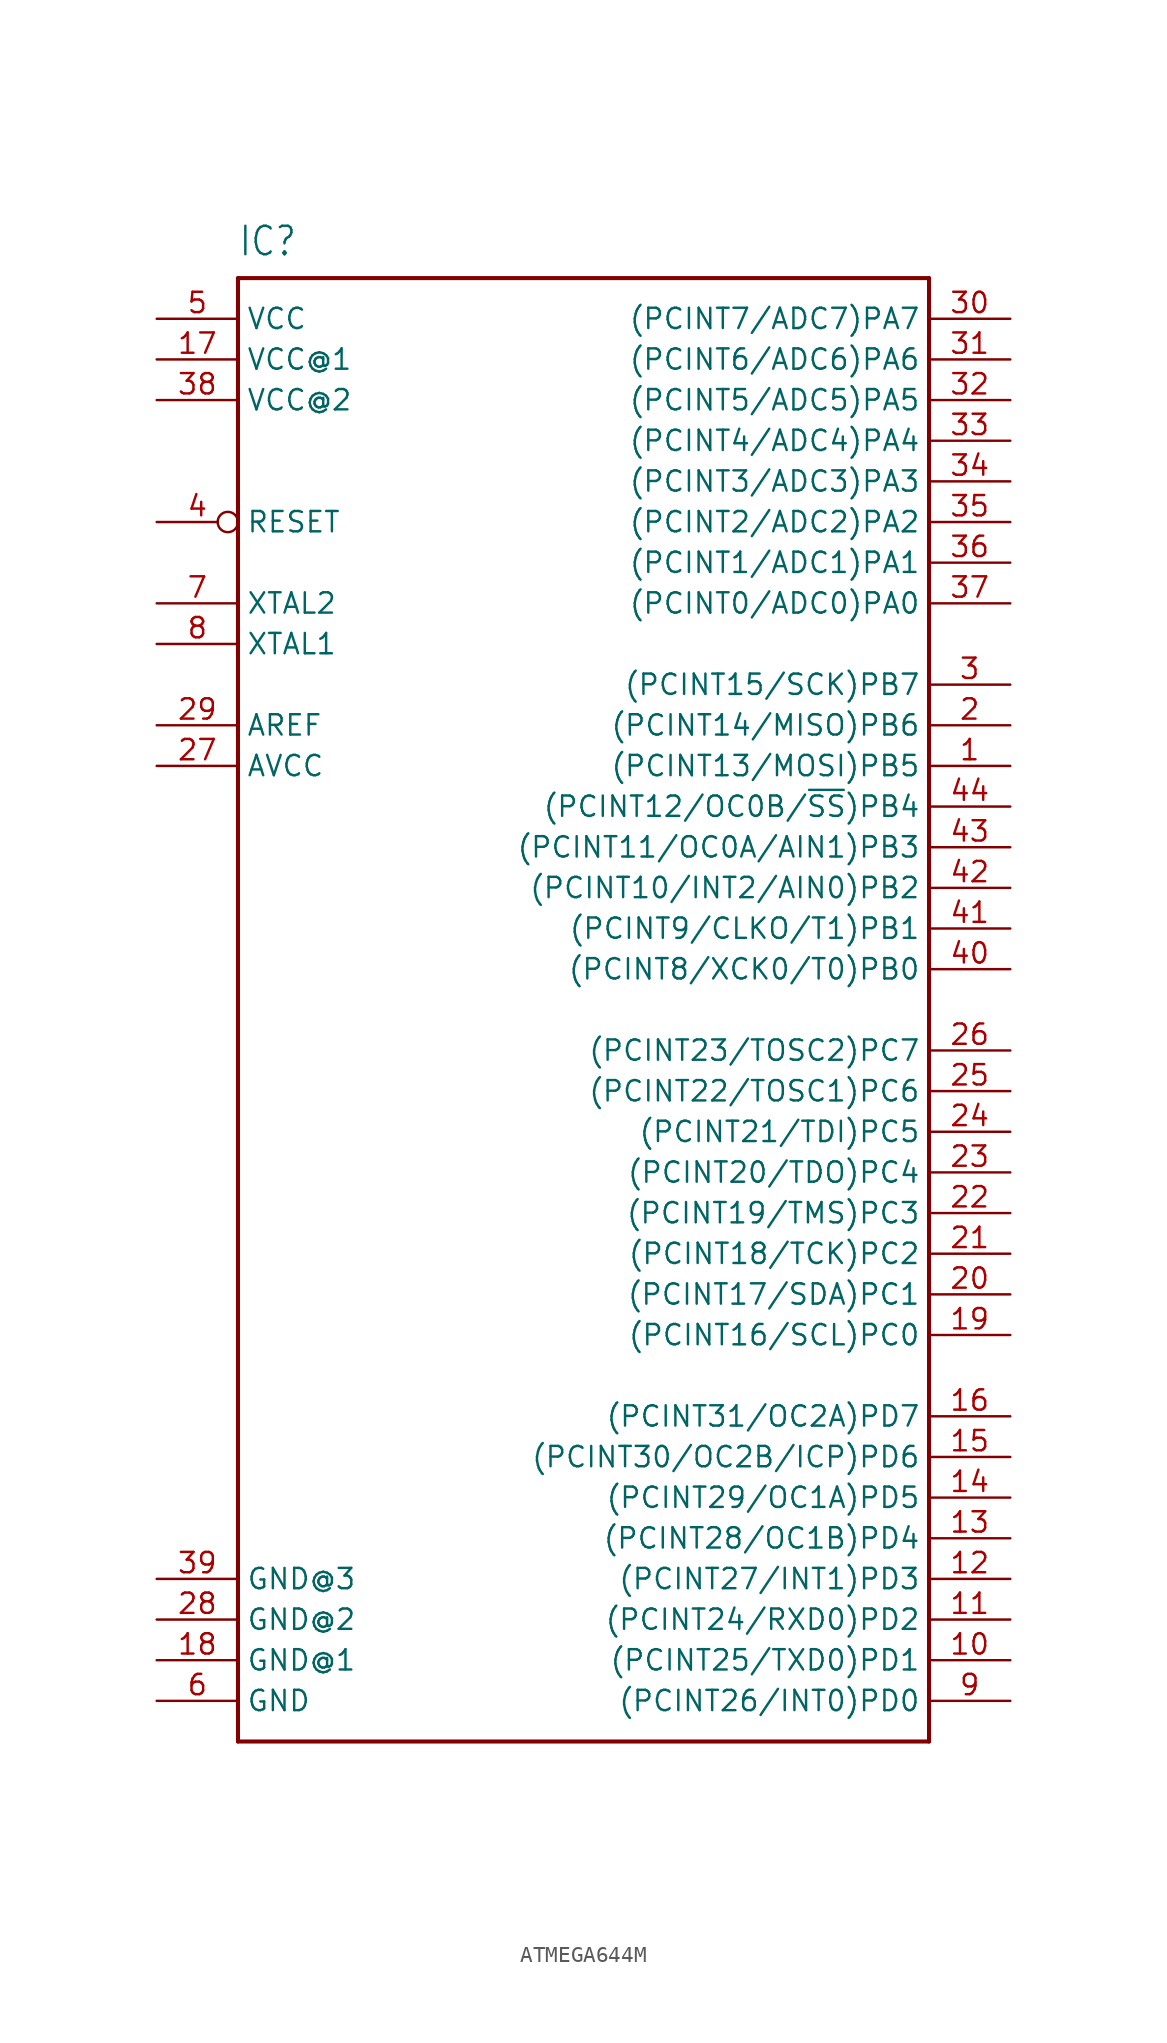
<source format=kicad_sym>
(kicad_symbol_lib
  (version 20231120)
  (generator "kicad_symbol_editor")
  (generator_version "8.0")
  (symbol "ATMEGA644M"
    (property "Reference" "IC"
      (at -22.86 46.99 0)
      (effects (font (size 1.778 1.511)) (justify left bottom)))
    (property "Value" ""
      (at -22.86 -48.26 0)
      (effects (font (size 1.778 1.511)) (justify left bottom)))
    (property "ki_locked" ""
      (at 0 0 0)
      (effects (font (size 1.27 1.27))))
    (symbol "ATMEGA644M_1_0"
      (polyline (pts (xy -22.86 -45.72) (xy -22.86 45.72)) (stroke (width 0.254) (type solid)) (fill (type none)))
      (polyline (pts (xy -22.86 45.72) (xy 20.32 45.72)) (stroke (width 0.254) (type solid)) (fill (type none)))
      (polyline (pts (xy 20.32 -45.72) (xy -22.86 -45.72)) (stroke (width 0.254) (type solid)) (fill (type none)))
      (polyline (pts (xy 20.32 45.72) (xy 20.32 -45.72)) (stroke (width 0.254) (type solid)) (fill (type none)))
      (pin bidirectional line (at 25.4 15.24 180) (length 5.08) (name "(PCINT13/MOSI)PB5" (effects (font (size 1.27 1.27)))) (number "1" (effects (font (size 1.27 1.27)))))
      (pin bidirectional line (at 25.4 -40.64 180) (length 5.08) (name "(PCINT25/TXD0)PD1" (effects (font (size 1.27 1.27)))) (number "10" (effects (font (size 1.27 1.27)))))
      (pin bidirectional line (at 25.4 -38.1 180) (length 5.08) (name "(PCINT24/RXD0)PD2" (effects (font (size 1.27 1.27)))) (number "11" (effects (font (size 1.27 1.27)))))
      (pin bidirectional line (at 25.4 -35.56 180) (length 5.08) (name "(PCINT27/INT1)PD3" (effects (font (size 1.27 1.27)))) (number "12" (effects (font (size 1.27 1.27)))))
      (pin bidirectional line (at 25.4 -33.02 180) (length 5.08) (name "(PCINT28/OC1B)PD4" (effects (font (size 1.27 1.27)))) (number "13" (effects (font (size 1.27 1.27)))))
      (pin bidirectional line (at 25.4 -30.48 180) (length 5.08) (name "(PCINT29/OC1A)PD5" (effects (font (size 1.27 1.27)))) (number "14" (effects (font (size 1.27 1.27)))))
      (pin bidirectional line (at 25.4 -27.94 180) (length 5.08) (name "(PCINT30/OC2B/ICP)PD6" (effects (font (size 1.27 1.27)))) (number "15" (effects (font (size 1.27 1.27)))))
      (pin bidirectional line (at 25.4 -25.4 180) (length 5.08) (name "(PCINT31/OC2A)PD7" (effects (font (size 1.27 1.27)))) (number "16" (effects (font (size 1.27 1.27)))))
      (pin power_in line (at -27.94 40.64 0) (length 5.08) (name "VCC@1" (effects (font (size 1.27 1.27)))) (number "17" (effects (font (size 1.27 1.27)))))
      (pin power_in line (at -27.94 -40.64 0) (length 5.08) (name "GND@1" (effects (font (size 1.27 1.27)))) (number "18" (effects (font (size 1.27 1.27)))))
      (pin output line (at 25.4 -20.32 180) (length 5.08) (name "(PCINT16/SCL)PC0" (effects (font (size 1.27 1.27)))) (number "19" (effects (font (size 1.27 1.27)))))
      (pin bidirectional line (at 25.4 17.78 180) (length 5.08) (name "(PCINT14/MISO)PB6" (effects (font (size 1.27 1.27)))) (number "2" (effects (font (size 1.27 1.27)))))
      (pin output line (at 25.4 -17.78 180) (length 5.08) (name "(PCINT17/SDA)PC1" (effects (font (size 1.27 1.27)))) (number "20" (effects (font (size 1.27 1.27)))))
      (pin output line (at 25.4 -15.24 180) (length 5.08) (name "(PCINT18/TCK)PC2" (effects (font (size 1.27 1.27)))) (number "21" (effects (font (size 1.27 1.27)))))
      (pin output line (at 25.4 -12.7 180) (length 5.08) (name "(PCINT19/TMS)PC3" (effects (font (size 1.27 1.27)))) (number "22" (effects (font (size 1.27 1.27)))))
      (pin output line (at 25.4 -10.16 180) (length 5.08) (name "(PCINT20/TDO)PC4" (effects (font (size 1.27 1.27)))) (number "23" (effects (font (size 1.27 1.27)))))
      (pin output line (at 25.4 -7.62 180) (length 5.08) (name "(PCINT21/TDI)PC5" (effects (font (size 1.27 1.27)))) (number "24" (effects (font (size 1.27 1.27)))))
      (pin output line (at 25.4 -5.08 180) (length 5.08) (name "(PCINT22/TOSC1)PC6" (effects (font (size 1.27 1.27)))) (number "25" (effects (font (size 1.27 1.27)))))
      (pin output line (at 25.4 -2.54 180) (length 5.08) (name "(PCINT23/TOSC2)PC7" (effects (font (size 1.27 1.27)))) (number "26" (effects (font (size 1.27 1.27)))))
      (pin power_in line (at -27.94 15.24 0) (length 5.08) (name "AVCC" (effects (font (size 1.27 1.27)))) (number "27" (effects (font (size 1.27 1.27)))))
      (pin power_in line (at -27.94 -38.1 0) (length 5.08) (name "GND@2" (effects (font (size 1.27 1.27)))) (number "28" (effects (font (size 1.27 1.27)))))
      (pin passive line (at -27.94 17.78 0) (length 5.08) (name "AREF" (effects (font (size 1.27 1.27)))) (number "29" (effects (font (size 1.27 1.27)))))
      (pin bidirectional line (at 25.4 20.32 180) (length 5.08) (name "(PCINT15/SCK)PB7" (effects (font (size 1.27 1.27)))) (number "3" (effects (font (size 1.27 1.27)))))
      (pin bidirectional line (at 25.4 43.18 180) (length 5.08) (name "(PCINT7/ADC7)PA7" (effects (font (size 1.27 1.27)))) (number "30" (effects (font (size 1.27 1.27)))))
      (pin bidirectional line (at 25.4 40.64 180) (length 5.08) (name "(PCINT6/ADC6)PA6" (effects (font (size 1.27 1.27)))) (number "31" (effects (font (size 1.27 1.27)))))
      (pin bidirectional line (at 25.4 38.1 180) (length 5.08) (name "(PCINT5/ADC5)PA5" (effects (font (size 1.27 1.27)))) (number "32" (effects (font (size 1.27 1.27)))))
      (pin bidirectional line (at 25.4 35.56 180) (length 5.08) (name "(PCINT4/ADC4)PA4" (effects (font (size 1.27 1.27)))) (number "33" (effects (font (size 1.27 1.27)))))
      (pin bidirectional line (at 25.4 33.02 180) (length 5.08) (name "(PCINT3/ADC3)PA3" (effects (font (size 1.27 1.27)))) (number "34" (effects (font (size 1.27 1.27)))))
      (pin bidirectional line (at 25.4 30.48 180) (length 5.08) (name "(PCINT2/ADC2)PA2" (effects (font (size 1.27 1.27)))) (number "35" (effects (font (size 1.27 1.27)))))
      (pin bidirectional line (at 25.4 27.94 180) (length 5.08) (name "(PCINT1/ADC1)PA1" (effects (font (size 1.27 1.27)))) (number "36" (effects (font (size 1.27 1.27)))))
      (pin bidirectional line (at 25.4 25.4 180) (length 5.08) (name "(PCINT0/ADC0)PA0" (effects (font (size 1.27 1.27)))) (number "37" (effects (font (size 1.27 1.27)))))
      (pin power_in line (at -27.94 38.1 0) (length 5.08) (name "VCC@2" (effects (font (size 1.27 1.27)))) (number "38" (effects (font (size 1.27 1.27)))))
      (pin power_in line (at -27.94 -35.56 0) (length 5.08) (name "GND@3" (effects (font (size 1.27 1.27)))) (number "39" (effects (font (size 1.27 1.27)))))
      (pin input inverted (at -27.94 30.48 0) (length 5.08) (name "RESET" (effects (font (size 1.27 1.27)))) (number "4" (effects (font (size 1.27 1.27)))))
      (pin bidirectional line (at 25.4 2.54 180) (length 5.08) (name "(PCINT8/XCK0/T0)PB0" (effects (font (size 1.27 1.27)))) (number "40" (effects (font (size 1.27 1.27)))))
      (pin bidirectional line (at 25.4 5.08 180) (length 5.08) (name "(PCINT9/CLKO/T1)PB1" (effects (font (size 1.27 1.27)))) (number "41" (effects (font (size 1.27 1.27)))))
      (pin bidirectional line (at 25.4 7.62 180) (length 5.08) (name "(PCINT10/INT2/AIN0)PB2" (effects (font (size 1.27 1.27)))) (number "42" (effects (font (size 1.27 1.27)))))
      (pin bidirectional line (at 25.4 10.16 180) (length 5.08) (name "(PCINT11/OC0A/AIN1)PB3" (effects (font (size 1.27 1.27)))) (number "43" (effects (font (size 1.27 1.27)))))
      (pin bidirectional line (at 25.4 12.7 180) (length 5.08) (name "(PCINT12/OC0B/~{SS})PB4" (effects (font (size 1.27 1.27)))) (number "44" (effects (font (size 1.27 1.27)))))
      (pin power_in line (at -27.94 43.18 0) (length 5.08) (name "VCC" (effects (font (size 1.27 1.27)))) (number "5" (effects (font (size 1.27 1.27)))))
      (pin power_in line (at -27.94 -43.18 0) (length 5.08) (name "GND" (effects (font (size 1.27 1.27)))) (number "6" (effects (font (size 1.27 1.27)))))
      (pin bidirectional line (at -27.94 25.4 0) (length 5.08) (name "XTAL2" (effects (font (size 1.27 1.27)))) (number "7" (effects (font (size 1.27 1.27)))))
      (pin bidirectional line (at -27.94 22.86 0) (length 5.08) (name "XTAL1" (effects (font (size 1.27 1.27)))) (number "8" (effects (font (size 1.27 1.27)))))
      (pin bidirectional line (at 25.4 -43.18 180) (length 5.08) (name "(PCINT26/INT0)PD0" (effects (font (size 1.27 1.27)))) (number "9" (effects (font (size 1.27 1.27))))))))
</source>
